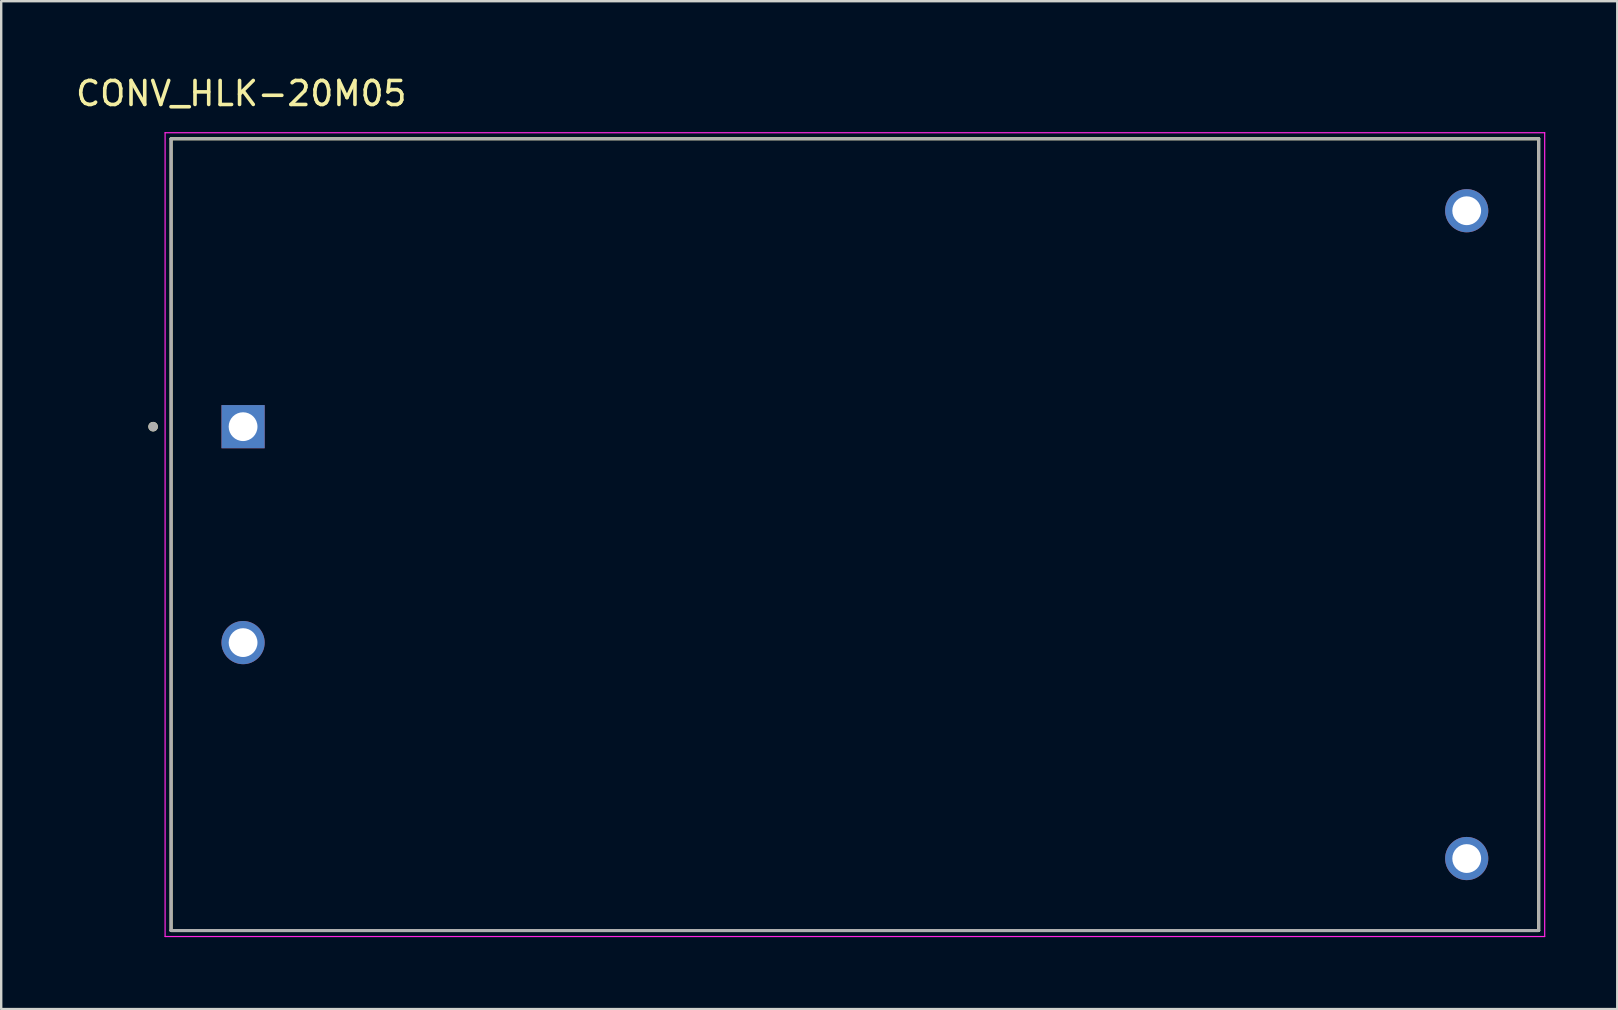
<source format=kicad_pcb>
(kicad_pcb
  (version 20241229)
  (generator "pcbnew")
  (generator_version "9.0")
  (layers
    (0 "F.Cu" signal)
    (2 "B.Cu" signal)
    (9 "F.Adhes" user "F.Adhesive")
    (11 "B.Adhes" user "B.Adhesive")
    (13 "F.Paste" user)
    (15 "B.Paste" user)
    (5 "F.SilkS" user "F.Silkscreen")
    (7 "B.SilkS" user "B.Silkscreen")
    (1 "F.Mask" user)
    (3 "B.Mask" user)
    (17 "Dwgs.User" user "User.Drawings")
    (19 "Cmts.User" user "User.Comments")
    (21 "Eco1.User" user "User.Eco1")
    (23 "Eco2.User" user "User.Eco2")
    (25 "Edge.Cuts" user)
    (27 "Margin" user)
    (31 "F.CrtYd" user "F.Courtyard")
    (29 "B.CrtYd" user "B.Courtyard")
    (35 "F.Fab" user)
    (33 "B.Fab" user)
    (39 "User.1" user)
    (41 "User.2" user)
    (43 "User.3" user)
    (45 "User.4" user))
  (footprint "CONV_HLK-20M05"
    (layer "F.Cu")
    (at 32.581 19.233)
    (property "Reference" "CONV_HLK-20M05" (at -25.575 -18.385 0) (layer "F.SilkS") (effects (font (size 1 1) (thickness 0.15))))
    (attr through_hole)
    (fp_line (start -28.5 -16.5) (end 28.5 -16.5) (stroke (width 0.127) (type solid)) (layer "F.SilkS"))
    (fp_line (start -28.5 16.5) (end -28.5 -16.5) (stroke (width 0.127) (type solid)) (layer "F.SilkS"))
    (fp_line (start 28.5 -16.5) (end 28.5 16.5) (stroke (width 0.127) (type solid)) (layer "F.SilkS"))
    (fp_line (start 28.5 16.5) (end -28.5 16.5) (stroke (width 0.127) (type solid)) (layer "F.SilkS"))
    (fp_circle (center -29.25 -4.5) (end -29.15 -4.5) (stroke (width 0.2) (type solid)) (fill no) (layer "F.SilkS"))
    (fp_line (start -28.75 -16.75) (end -28.75 16.75) (stroke (width 0.05) (type solid)) (layer "F.CrtYd"))
    (fp_line (start -28.75 16.75) (end 28.75 16.75) (stroke (width 0.05) (type solid)) (layer "F.CrtYd"))
    (fp_line (start 28.75 -16.75) (end -28.75 -16.75) (stroke (width 0.05) (type solid)) (layer "F.CrtYd"))
    (fp_line (start 28.75 16.75) (end 28.75 -16.75) (stroke (width 0.05) (type solid)) (layer "F.CrtYd"))
    (fp_line (start -28.5 -16.5) (end 28.5 -16.5) (stroke (width 0.127) (type solid)) (layer "F.Fab"))
    (fp_line (start -28.5 16.5) (end -28.5 -16.5) (stroke (width 0.127) (type solid)) (layer "F.Fab"))
    (fp_line (start 28.5 -16.5) (end 28.5 16.5) (stroke (width 0.127) (type solid)) (layer "F.Fab"))
    (fp_line (start 28.5 16.5) (end -28.5 16.5) (stroke (width 0.127) (type solid)) (layer "F.Fab"))
    (fp_circle (center -29.25 -4.5) (end -29.15 -4.5) (stroke (width 0.2) (type solid)) (fill no) (layer "F.Fab"))
    (pad "1" thru_hole rect (at -25.5 -4.5) (size 1.8 1.8) (drill 1.2) (layers "*.Cu" "*.Mask"))
    (pad "2" thru_hole circle (at -25.5 4.5) (size 1.8 1.8) (drill 1.2) (layers "*.Cu" "*.Mask"))
    (pad "3" thru_hole circle (at 25.5 -13.5) (size 1.8 1.8) (drill 1.2) (layers "*.Cu" "*.Mask"))
    (pad "4" thru_hole circle (at 25.5 13.5) (size 1.8 1.8) (drill 1.2) (layers "*.Cu" "*.Mask")))
  (gr_rect
    (start -3 -3)
    (end 64.356 39.008)
    (stroke (width 0.1) (type default))
    (fill no)
    (layer "Edge.Cuts")))
</source>
